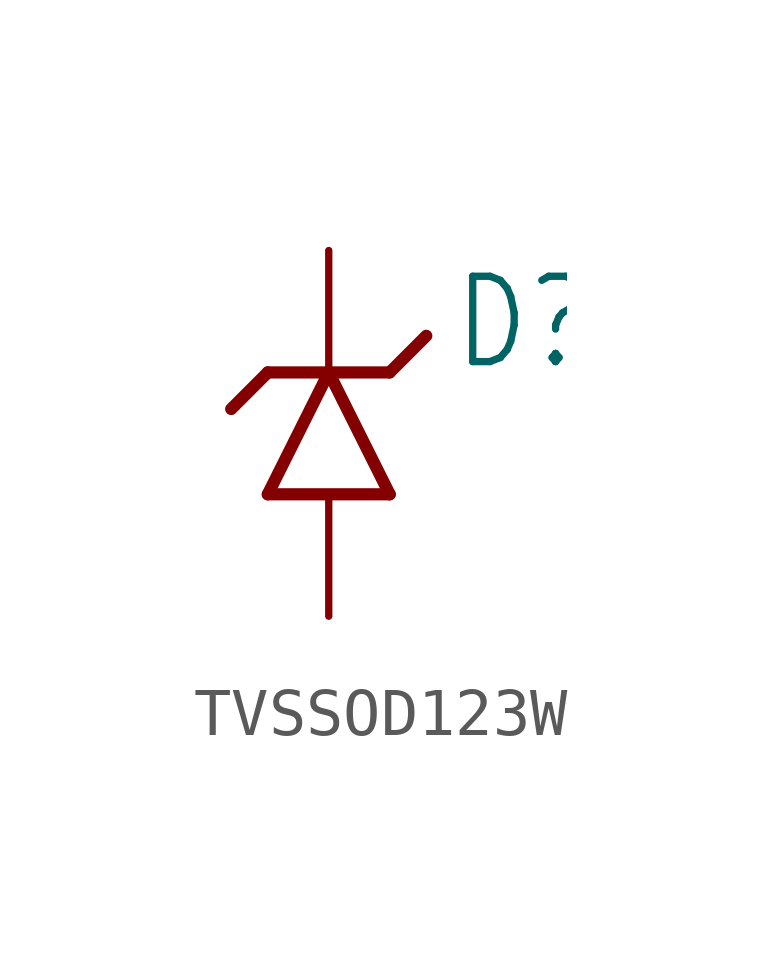
<source format=kicad_sym>
(kicad_symbol_lib
  (version 20220914)
  (generator kicad_symbol_editor)
  (symbol "TVSSOD123W"
    (property "Reference" "D"
      (at 2.54 0 0)
      (effects (font (size 1.778 1.511)) (justify left bottom)))
    (property "Value" ""
      (at 2.54 -2.54 0)
      (effects (font (size 1.778 1.511)) (justify left bottom)))
    (property "ki_locked" ""
      (at 0 0 0)
      (effects (font (size 1.27 1.27))))
    (symbol "TVSSOD123W_1_0"
      (polyline (pts (xy -1.27 -2.54) (xy 1.27 -2.54)) (stroke (width 0.254) (type solid)) (fill (type none)))
      (polyline (pts (xy -1.27 0) (xy -2.032 -0.762)) (stroke (width 0.254) (type solid)) (fill (type none)))
      (polyline (pts (xy 0 0) (xy -1.27 -2.54)) (stroke (width 0.254) (type solid)) (fill (type none)))
      (polyline (pts (xy 0 0) (xy -1.27 0)) (stroke (width 0.254) (type solid)) (fill (type none)))
      (polyline (pts (xy 1.27 -2.54) (xy 0 0)) (stroke (width 0.254) (type solid)) (fill (type none)))
      (polyline (pts (xy 1.27 0) (xy 0 0)) (stroke (width 0.254) (type solid)) (fill (type none)))
      (polyline (pts (xy 2.032 0.762) (xy 1.27 0)) (stroke (width 0.254) (type solid)) (fill (type none)))
      (pin passive line (at 0 -5.08 90) (length 2.54) (name "A" (effects (font (size 0 0)))) (number "A" (effects (font (size 0 0)))))
      (pin passive line (at 0 2.54 270) (length 2.54) (name "C" (effects (font (size 0 0)))) (number "C" (effects (font (size 0 0))))))))
</source>
